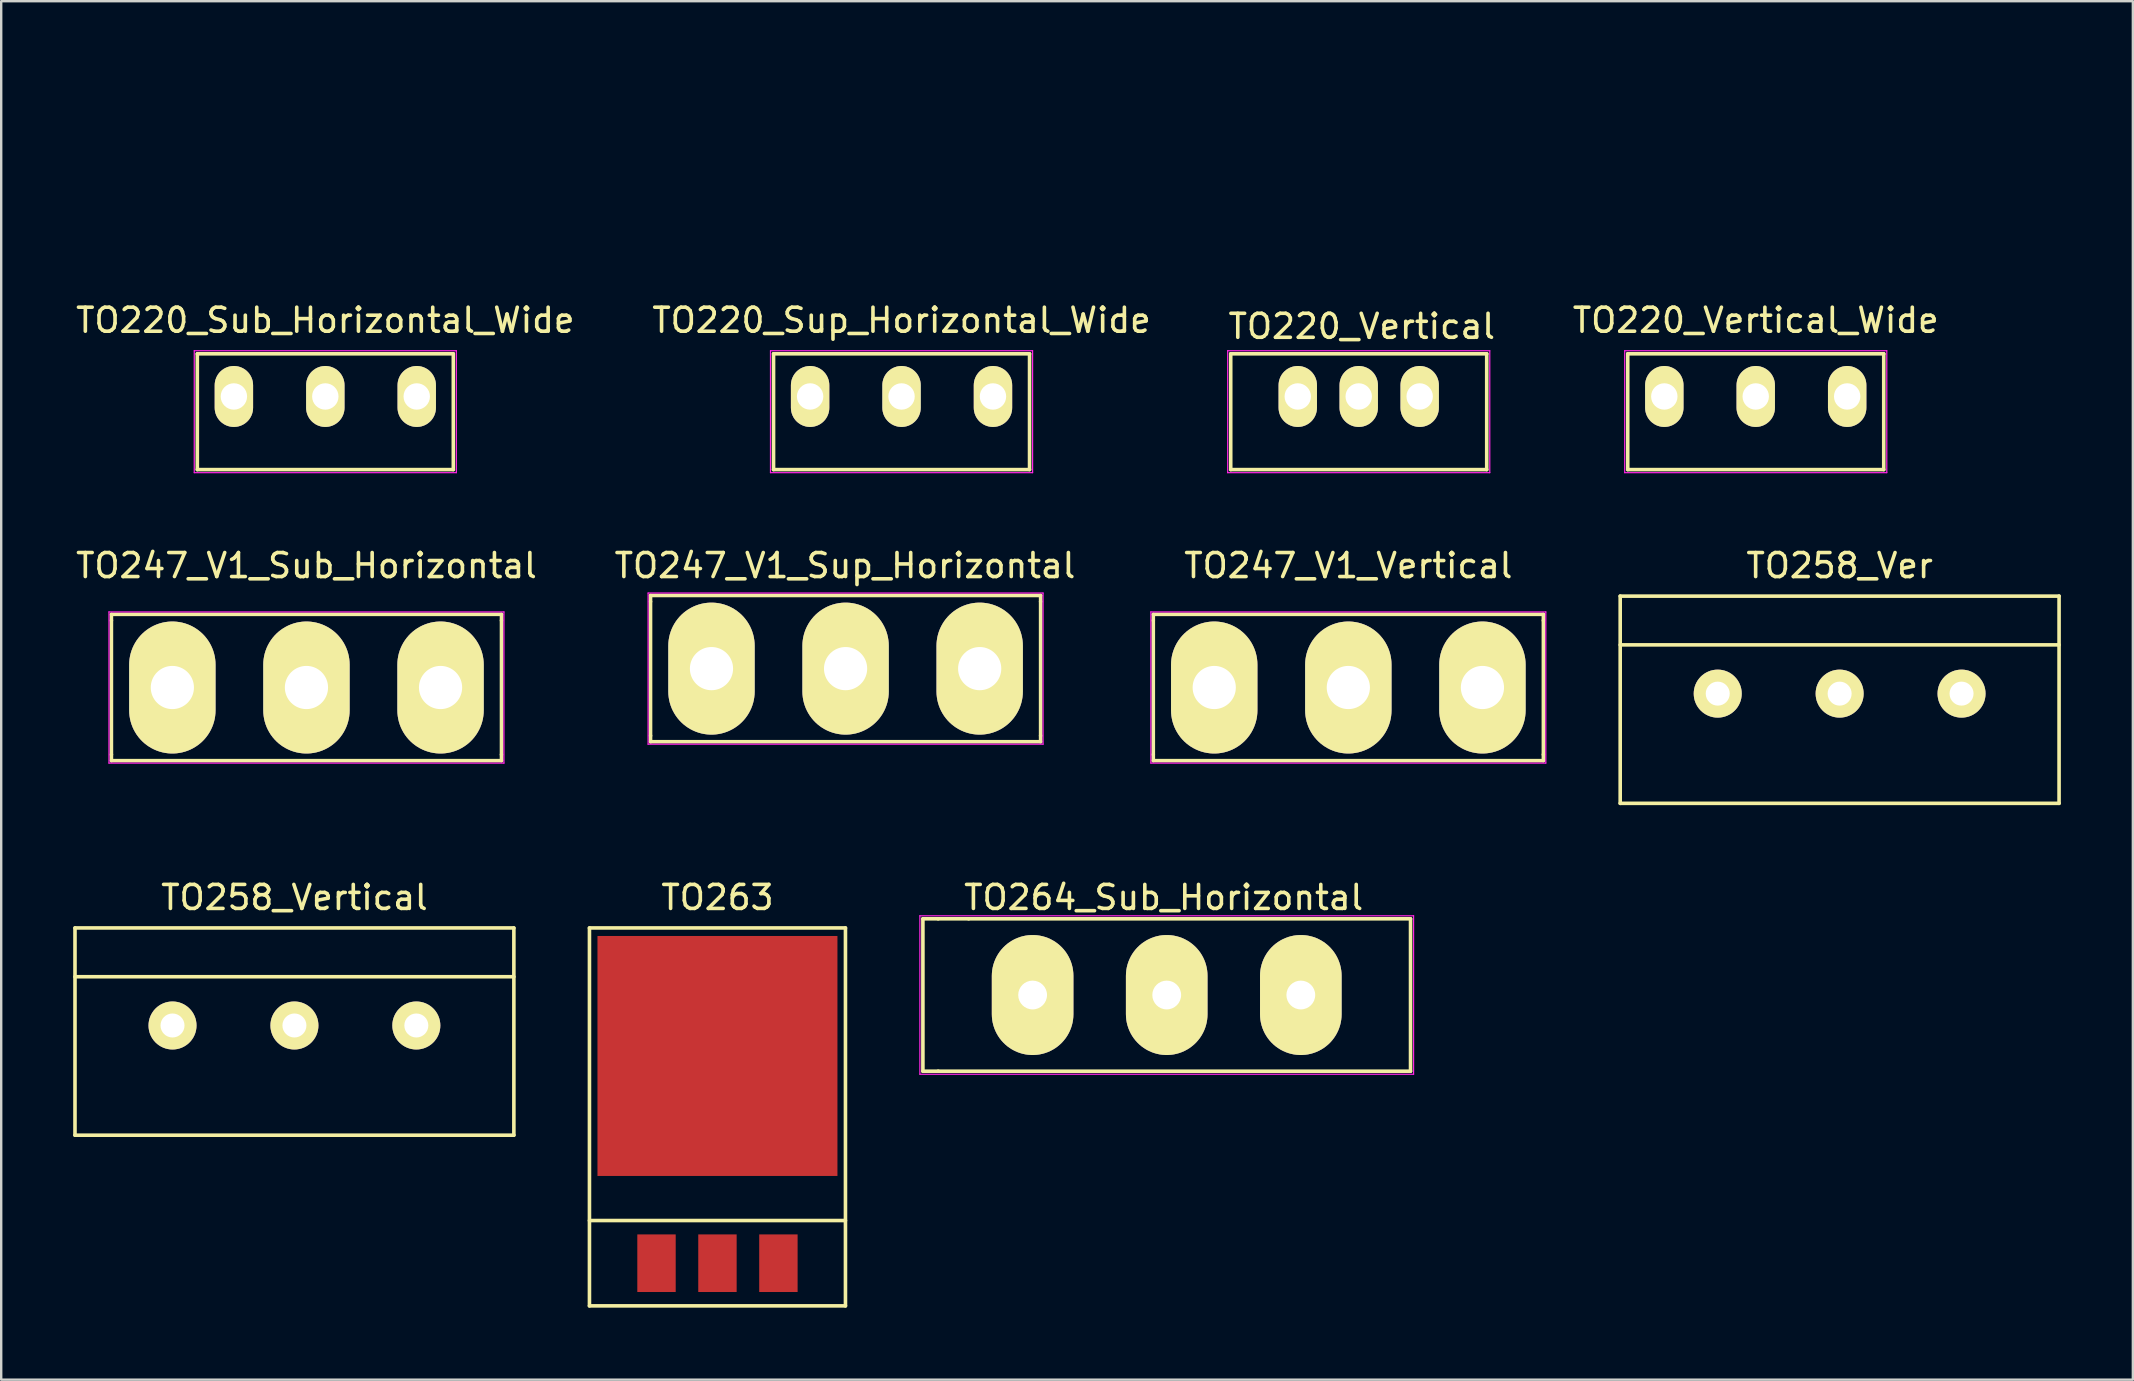
<source format=kicad_pcb>
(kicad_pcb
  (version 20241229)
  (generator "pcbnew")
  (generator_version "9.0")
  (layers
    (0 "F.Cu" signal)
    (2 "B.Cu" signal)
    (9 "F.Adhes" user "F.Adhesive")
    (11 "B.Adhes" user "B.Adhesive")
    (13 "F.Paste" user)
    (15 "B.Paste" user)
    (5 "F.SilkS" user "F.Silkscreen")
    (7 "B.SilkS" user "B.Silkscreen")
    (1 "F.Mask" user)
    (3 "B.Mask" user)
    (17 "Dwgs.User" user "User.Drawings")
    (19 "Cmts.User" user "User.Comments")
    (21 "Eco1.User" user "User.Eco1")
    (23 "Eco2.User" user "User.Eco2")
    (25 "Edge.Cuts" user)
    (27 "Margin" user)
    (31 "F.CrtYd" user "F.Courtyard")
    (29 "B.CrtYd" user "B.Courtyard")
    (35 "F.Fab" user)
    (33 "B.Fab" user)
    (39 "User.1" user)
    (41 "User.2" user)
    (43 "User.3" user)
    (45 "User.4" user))
  (footprint "TO264_Sub_Horizontal"
    (layer "F.Cu")
    (at 39.98 38.413)
    (property "Reference" "TO264_Sub_Horizontal" (at 5.461 -4.064 0) (layer "F.SilkS") (effects (font (size 1 1) (thickness 0.15))))
    (attr through_hole)
    (fp_line (start -4.572 -3.175) (end -4.572 3.175) (stroke (width 0.15) (type solid)) (layer "F.SilkS"))
    (fp_line (start -4.572 3.175) (end -3.937 3.175) (stroke (width 0.15) (type solid)) (layer "F.SilkS"))
    (fp_line (start -3.937 -3.175) (end -4.572 -3.175) (stroke (width 0.15) (type solid)) (layer "F.SilkS"))
    (fp_line (start -3.937 3.175) (end 15.748 3.175) (stroke (width 0.15) (type solid)) (layer "F.SilkS"))
    (fp_line (start -2.667 -3.175) (end -3.937 -3.175) (stroke (width 0.15) (type solid)) (layer "F.SilkS"))
    (fp_line (start 15.748 -3.175) (end -2.667 -3.175) (stroke (width 0.15) (type solid)) (layer "F.SilkS"))
    (fp_line (start 15.748 3.175) (end 15.748 -3.175) (stroke (width 0.15) (type solid)) (layer "F.SilkS"))
    (fp_line (start -4.699 -3.302) (end 15.875 -3.302) (stroke (width 0.05) (type solid)) (layer "F.CrtYd"))
    (fp_line (start -4.699 3.302) (end -4.699 -3.302) (stroke (width 0.05) (type solid)) (layer "F.CrtYd"))
    (fp_line (start 15.875 -3.302) (end 15.875 3.302) (stroke (width 0.05) (type solid)) (layer "F.CrtYd"))
    (fp_line (start 15.875 3.302) (end -4.699 3.302) (stroke (width 0.05) (type solid)) (layer "F.CrtYd"))
    (pad "1" thru_hole oval (at 0 0 90) (size 5 3.4) (drill 1.2) (layers "*.Cu" "*.Mask" "F.SilkS"))
    (pad "2" thru_hole oval (at 5.588 0 90) (size 5 3.4) (drill 1.2) (layers "*.Cu" "*.Mask" "F.SilkS"))
    (pad "3" thru_hole oval (at 11.176 0 90) (size 5 3.4) (drill 1.2) (layers "*.Cu" "*.Mask" "F.SilkS")))
  (footprint "TO220_Sub_Horizontal_Wide"
    (layer "F.Cu")
    (at 6.696 13.471)
    (property "Reference" "TO220_Sub_Horizontal_Wide" (at 3.81 -3.175 0) (layer "F.SilkS") (effects (font (size 1 1) (thickness 0.15))))
    (attr through_hole)
    (fp_line (start -1.524 -1.778) (end -1.524 3.048) (stroke (width 0.15) (type solid)) (layer "F.SilkS"))
    (fp_line (start -1.524 -1.778) (end 9.144 -1.778) (stroke (width 0.15) (type solid)) (layer "F.SilkS"))
    (fp_line (start -1.524 3.048) (end 9.144 3.048) (stroke (width 0.15) (type solid)) (layer "F.SilkS"))
    (fp_line (start 9.144 -1.778) (end 9.144 3.048) (stroke (width 0.15) (type solid)) (layer "F.SilkS"))
    (fp_line (start -1.651 -1.905) (end 9.271 -1.905) (stroke (width 0.05) (type solid)) (layer "F.CrtYd"))
    (fp_line (start -1.651 3.175) (end -1.651 -1.905) (stroke (width 0.05) (type solid)) (layer "F.CrtYd"))
    (fp_line (start 9.271 -1.905) (end 9.271 3.175) (stroke (width 0.05) (type solid)) (layer "F.CrtYd"))
    (fp_line (start 9.271 3.175) (end -1.651 3.175) (stroke (width 0.05) (type solid)) (layer "F.CrtYd"))
    (fp_text user "" (at 0 -4.572 0) (layer "F.SilkS") (effects (font (size 1 1) (thickness 0.15))))
    (fp_text user "" (at 2.54 -13.208 0) (layer "F.SilkS") (effects (font (size 1 1) (thickness 0.15))))
    (fp_text user "" (at 2.54 -4.572 0) (layer "F.SilkS") (effects (font (size 1 1) (thickness 0.15))))
    (fp_text user "" (at 5.08 -4.572 0) (layer "F.SilkS") (effects (font (size 1 1) (thickness 0.15))))
    (pad "1" thru_hole oval (at 0 0 90) (size 2.54 1.6) (drill 1.1) (layers "*.Cu" "*.Mask" "F.SilkS"))
    (pad "2" thru_hole oval (at 3.81 0 90) (size 2.54 1.6) (drill 1.1) (layers "*.Cu" "*.Mask" "F.SilkS"))
    (pad "3" thru_hole oval (at 7.62 0 90) (size 2.54 1.6) (drill 1.1) (layers "*.Cu" "*.Mask" "F.SilkS")))
  (footprint "TO258_Vertical"
    (layer "F.Cu")
    (at 9.219 39.683)
    (property "Reference" "TO258_Vertical" (at 0 -5.334 0) (layer "F.SilkS") (effects (font (size 1 1) (thickness 0.15))))
    (attr through_hole)
    (fp_line (start -9.144 -4.064) (end 9.144 -4.064) (stroke (width 0.15) (type solid)) (layer "F.SilkS"))
    (fp_line (start -9.144 -2.032) (end 9.144 -2.032) (stroke (width 0.15) (type solid)) (layer "F.SilkS"))
    (fp_line (start -9.144 4.572) (end -9.144 -4.064) (stroke (width 0.15) (type solid)) (layer "F.SilkS"))
    (fp_line (start 9.144 -4.064) (end 9.144 4.572) (stroke (width 0.15) (type solid)) (layer "F.SilkS"))
    (fp_line (start 9.144 4.572) (end -9.144 4.572) (stroke (width 0.15) (type solid)) (layer "F.SilkS"))
    (pad "1" thru_hole circle (at -5.08 0) (size 2 2) (drill 1) (layers "*.Cu" "*.Mask" "F.SilkS"))
    (pad "2" thru_hole circle (at 0 0) (size 2 2) (drill 1) (layers "*.Cu" "*.Mask" "F.SilkS"))
    (pad "3" thru_hole circle (at 5.08 0) (size 2 2) (drill 1) (layers "*.Cu" "*.Mask" "F.SilkS")))
  (footprint "TO258_Ver"
    (layer "F.Cu")
    (at 73.609 25.854)
    (property "Reference" "TO258_Ver" (at 0 -5.334 0) (layer "F.SilkS") (effects (font (size 1 1) (thickness 0.15))))
    (attr through_hole)
    (fp_line (start -9.144 -4.064) (end 9.144 -4.064) (stroke (width 0.15) (type solid)) (layer "F.SilkS"))
    (fp_line (start -9.144 -2.032) (end 9.144 -2.032) (stroke (width 0.15) (type solid)) (layer "F.SilkS"))
    (fp_line (start -9.144 4.572) (end -9.144 -4.064) (stroke (width 0.15) (type solid)) (layer "F.SilkS"))
    (fp_line (start 9.144 -4.064) (end 9.144 4.572) (stroke (width 0.15) (type solid)) (layer "F.SilkS"))
    (fp_line (start 9.144 4.572) (end -9.144 4.572) (stroke (width 0.15) (type solid)) (layer "F.SilkS"))
    (pad "1" thru_hole circle (at -5.08 0) (size 2 2) (drill 1) (layers "*.Cu" "*.Mask" "F.SilkS"))
    (pad "2" thru_hole circle (at 0 0) (size 2 2) (drill 1) (layers "*.Cu" "*.Mask" "F.SilkS"))
    (pad "3" thru_hole circle (at 5.08 0) (size 2 2) (drill 1) (layers "*.Cu" "*.Mask" "F.SilkS")))
  (footprint "TO247_V1_Sub_Horizontal"
    (layer "F.Cu")
    (at 4.132 25.599)
    (property "Reference" "TO247_V1_Sub_Horizontal" (at 5.588 -5.08 0) (layer "F.SilkS") (effects (font (size 1 1) (thickness 0.15))))
    (attr through_hole)
    (fp_line (start -2.54 -3.048) (end 13.716 -3.048) (stroke (width 0.15) (type solid)) (layer "F.SilkS"))
    (fp_line (start -2.54 -2.794) (end -2.54 -3.048) (stroke (width 0.15) (type solid)) (layer "F.SilkS"))
    (fp_line (start -2.54 -2.794) (end -2.54 2.794) (stroke (width 0.15) (type solid)) (layer "F.SilkS"))
    (fp_line (start -2.54 2.794) (end -2.54 3.048) (stroke (width 0.15) (type solid)) (layer "F.SilkS"))
    (fp_line (start -2.54 3.048) (end 13.716 3.048) (stroke (width 0.15) (type solid)) (layer "F.SilkS"))
    (fp_line (start 13.716 -3.048) (end 13.716 -2.794) (stroke (width 0.15) (type solid)) (layer "F.SilkS"))
    (fp_line (start 13.716 2.794) (end 13.716 -2.794) (stroke (width 0.15) (type solid)) (layer "F.SilkS"))
    (fp_line (start 13.716 3.048) (end 13.716 2.794) (stroke (width 0.15) (type solid)) (layer "F.SilkS"))
    (fp_line (start -2.642 -3.15) (end 13.818 -3.15) (stroke (width 0.05) (type solid)) (layer "F.CrtYd"))
    (fp_line (start -2.642 3.15) (end -2.642 -3.15) (stroke (width 0.05) (type solid)) (layer "F.CrtYd"))
    (fp_line (start 13.818 -3.15) (end 13.818 3.15) (stroke (width 0.05) (type solid)) (layer "F.CrtYd"))
    (fp_line (start 13.818 3.15) (end -2.642 3.15) (stroke (width 0.05) (type solid)) (layer "F.CrtYd"))
    (pad "1" thru_hole oval (at 0 0 90) (size 5.5 3.6) (drill 1.8) (layers "*.Cu" "*.Mask" "F.SilkS"))
    (pad "2" thru_hole oval (at 5.588 0 90) (size 5.5 3.6) (drill 1.8) (layers "*.Cu" "*.Mask" "F.SilkS"))
    (pad "3" thru_hole oval (at 11.176 0 90) (size 5.5 3.6) (drill 1.8) (layers "*.Cu" "*.Mask" "F.SilkS")))
  (footprint "TO247_V1_Sup_Horizontal"
    (layer "F.Cu")
    (at 26.598 24.812)
    (property "Reference" "TO247_V1_Sup_Horizontal" (at 5.563 -4.293 0) (layer "F.SilkS") (effects (font (size 1 1) (thickness 0.15))))
    (attr through_hole)
    (fp_line (start -2.54 -3.048) (end 13.716 -3.048) (stroke (width 0.15) (type solid)) (layer "F.SilkS"))
    (fp_line (start -2.54 -2.794) (end -2.54 -3.048) (stroke (width 0.15) (type solid)) (layer "F.SilkS"))
    (fp_line (start -2.54 -2.794) (end -2.54 2.794) (stroke (width 0.15) (type solid)) (layer "F.SilkS"))
    (fp_line (start -2.54 2.794) (end -2.54 3.048) (stroke (width 0.15) (type solid)) (layer "F.SilkS"))
    (fp_line (start -2.54 3.048) (end 13.716 3.048) (stroke (width 0.15) (type solid)) (layer "F.SilkS"))
    (fp_line (start 13.716 -3.048) (end 13.716 -2.794) (stroke (width 0.15) (type solid)) (layer "F.SilkS"))
    (fp_line (start 13.716 2.794) (end 13.716 -2.794) (stroke (width 0.15) (type solid)) (layer "F.SilkS"))
    (fp_line (start 13.716 3.048) (end 13.716 2.794) (stroke (width 0.15) (type solid)) (layer "F.SilkS"))
    (fp_line (start -2.642 -3.15) (end 13.818 -3.15) (stroke (width 0.05) (type solid)) (layer "F.CrtYd"))
    (fp_line (start -2.642 3.15) (end -2.642 -3.15) (stroke (width 0.05) (type solid)) (layer "F.CrtYd"))
    (fp_line (start 13.818 -3.15) (end 13.818 3.15) (stroke (width 0.05) (type solid)) (layer "F.CrtYd"))
    (fp_line (start 13.818 3.15) (end -2.642 3.15) (stroke (width 0.05) (type solid)) (layer "F.CrtYd"))
    (pad "1" thru_hole oval (at 0 0) (size 3.6 5.5) (drill 1.8) (layers "*.Cu" "*.Mask" "F.SilkS"))
    (pad "2" thru_hole oval (at 5.588 0 90) (size 5.5 3.6) (drill 1.8) (layers "*.Cu" "*.Mask" "F.SilkS"))
    (pad "3" thru_hole oval (at 11.176 0 90) (size 5.5 3.6) (drill 1.8) (layers "*.Cu" "*.Mask" "F.SilkS")))
  (footprint "TO263"
    (layer "F.Cu")
    (at 26.847 49.589)
    (property "Reference" "TO263" (at 0 -15.24 0) (layer "F.SilkS") (effects (font (size 1 1) (thickness 0.15))))
    (attr through_hole)
    (fp_line (start -5.334 -13.97) (end -5.334 1.778) (stroke (width 0.15) (type solid)) (layer "F.SilkS"))
    (fp_line (start -5.334 -1.778) (end 5.334 -1.778) (stroke (width 0.15) (type solid)) (layer "F.SilkS"))
    (fp_line (start -5.334 1.778) (end 5.334 1.778) (stroke (width 0.15) (type solid)) (layer "F.SilkS"))
    (fp_line (start 5.334 -13.97) (end -5.334 -13.97) (stroke (width 0.15) (type solid)) (layer "F.SilkS"))
    (fp_line (start 5.334 1.778) (end 5.334 -13.97) (stroke (width 0.15) (type solid)) (layer "F.SilkS"))
    (pad "" connect rect (at 0 -8.636) (size 10 10) (layers "F.Cu" "F.Mask"))
    (pad "1" smd rect (at -2.54 0) (size 1.6 2.4) (layers "F.Cu" "F.Mask" "F.Paste"))
    (pad "2" smd rect (at 0 0) (size 1.6 2.4) (layers "F.Cu" "F.Mask" "F.Paste"))
    (pad "3" smd rect (at 2.54 0) (size 1.6 2.4) (layers "F.Cu" "F.Mask" "F.Paste")))
  (footprint "TO220_Sup_Horizontal_Wide"
    (layer "F.Cu")
    (at 30.708 13.471)
    (property "Reference" "TO220_Sup_Horizontal_Wide" (at 3.81 -3.175 0) (layer "F.SilkS") (effects (font (size 1 1) (thickness 0.15))))
    (attr through_hole)
    (fp_line (start -1.524 -1.778) (end -1.524 3.048) (stroke (width 0.15) (type solid)) (layer "F.SilkS"))
    (fp_line (start -1.524 -1.778) (end 9.144 -1.778) (stroke (width 0.15) (type solid)) (layer "F.SilkS"))
    (fp_line (start -1.524 3.048) (end 9.144 3.048) (stroke (width 0.15) (type solid)) (layer "F.SilkS"))
    (fp_line (start 9.144 -1.778) (end 9.144 3.048) (stroke (width 0.15) (type solid)) (layer "F.SilkS"))
    (fp_line (start -1.651 -1.905) (end 9.271 -1.905) (stroke (width 0.05) (type solid)) (layer "F.CrtYd"))
    (fp_line (start -1.651 3.175) (end -1.651 -1.905) (stroke (width 0.05) (type solid)) (layer "F.CrtYd"))
    (fp_line (start 9.271 -1.905) (end 9.271 3.175) (stroke (width 0.05) (type solid)) (layer "F.CrtYd"))
    (fp_line (start 9.271 3.175) (end -1.651 3.175) (stroke (width 0.05) (type solid)) (layer "F.CrtYd"))
    (fp_text user "" (at 2.54 -4.572 0) (layer "F.SilkS") (effects (font (size 1 1) (thickness 0.15))))
    (fp_text user "" (at 5.08 -4.572 0) (layer "F.SilkS") (effects (font (size 1 1) (thickness 0.15))))
    (fp_text user "" (at 0 -4.572 0) (layer "F.SilkS") (effects (font (size 1 1) (thickness 0.15))))
    (fp_text user "" (at 2.54 -13.208 0) (layer "F.SilkS") (effects (font (size 1 1) (thickness 0.15))))
    (pad "1" thru_hole oval (at 0 0 90) (size 2.54 1.6) (drill 1.1) (layers "*.Cu" "*.Mask" "F.SilkS"))
    (pad "2" thru_hole oval (at 3.81 0 90) (size 2.54 1.6) (drill 1.1) (layers "*.Cu" "*.Mask" "F.SilkS"))
    (pad "3" thru_hole oval (at 7.62 0 90) (size 2.54 1.6) (drill 1.1) (layers "*.Cu" "*.Mask" "F.SilkS")))
  (footprint "TO220_Vertical"
    (layer "F.Cu")
    (at 51.029 13.471)
    (property "Reference" "TO220_Vertical" (at 2.667 -2.921 0) (layer "F.SilkS") (effects (font (size 1 1) (thickness 0.15))))
    (attr through_hole)
    (fp_line (start -2.794 -1.778) (end -2.794 3.048) (stroke (width 0.15) (type solid)) (layer "F.SilkS"))
    (fp_line (start -2.794 -1.778) (end 7.874 -1.778) (stroke (width 0.15) (type solid)) (layer "F.SilkS"))
    (fp_line (start -2.794 3.048) (end 7.874 3.048) (stroke (width 0.15) (type solid)) (layer "F.SilkS"))
    (fp_line (start 7.874 -1.778) (end 7.874 3.048) (stroke (width 0.15) (type solid)) (layer "F.SilkS"))
    (fp_line (start -2.921 -1.905) (end 8.001 -1.905) (stroke (width 0.05) (type solid)) (layer "F.CrtYd"))
    (fp_line (start -2.921 3.175) (end -2.921 -1.905) (stroke (width 0.05) (type solid)) (layer "F.CrtYd"))
    (fp_line (start 8.001 -1.905) (end 8.001 3.175) (stroke (width 0.05) (type solid)) (layer "F.CrtYd"))
    (fp_line (start 8.001 3.175) (end -2.921 3.175) (stroke (width 0.05) (type solid)) (layer "F.CrtYd"))
    (fp_text user "" (at 5.08 -4.572 0) (layer "F.SilkS") (effects (font (size 1 1) (thickness 0.15))))
    (fp_text user "" (at 2.54 -13.208 0) (layer "F.SilkS") (effects (font (size 1 1) (thickness 0.15))))
    (fp_text user "" (at 0 -4.572 0) (layer "F.SilkS") (effects (font (size 1 1) (thickness 0.15))))
    (fp_text user "" (at 2.54 -4.572 0) (layer "F.SilkS") (effects (font (size 1 1) (thickness 0.15))))
    (pad "1" thru_hole oval (at 0 0 90) (size 2.54 1.6) (drill 1.1) (layers "*.Cu" "*.Mask" "F.SilkS"))
    (pad "2" thru_hole oval (at 2.54 0 90) (size 2.54 1.6) (drill 1.1) (layers "*.Cu" "*.Mask" "F.SilkS"))
    (pad "3" thru_hole oval (at 5.08 0 90) (size 2.54 1.6) (drill 1.1) (layers "*.Cu" "*.Mask" "F.SilkS")))
  (footprint "TO247_V1_Vertical"
    (layer "F.Cu")
    (at 47.548 25.599)
    (property "Reference" "TO247_V1_Vertical" (at 5.588 -5.08 0) (layer "F.SilkS") (effects (font (size 1 1) (thickness 0.15))))
    (attr through_hole)
    (fp_line (start -2.54 -3.048) (end 13.716 -3.048) (stroke (width 0.15) (type solid)) (layer "F.SilkS"))
    (fp_line (start -2.54 -2.794) (end -2.54 -3.048) (stroke (width 0.15) (type solid)) (layer "F.SilkS"))
    (fp_line (start -2.54 -2.794) (end -2.54 2.794) (stroke (width 0.15) (type solid)) (layer "F.SilkS"))
    (fp_line (start -2.54 2.794) (end -2.54 3.048) (stroke (width 0.15) (type solid)) (layer "F.SilkS"))
    (fp_line (start -2.54 3.048) (end 13.716 3.048) (stroke (width 0.15) (type solid)) (layer "F.SilkS"))
    (fp_line (start 13.716 -3.048) (end 13.716 -2.794) (stroke (width 0.15) (type solid)) (layer "F.SilkS"))
    (fp_line (start 13.716 2.794) (end 13.716 -2.794) (stroke (width 0.15) (type solid)) (layer "F.SilkS"))
    (fp_line (start 13.716 3.048) (end 13.716 2.794) (stroke (width 0.15) (type solid)) (layer "F.SilkS"))
    (fp_line (start -2.642 -3.15) (end 13.818 -3.15) (stroke (width 0.05) (type solid)) (layer "F.CrtYd"))
    (fp_line (start -2.642 3.15) (end -2.642 -3.15) (stroke (width 0.05) (type solid)) (layer "F.CrtYd"))
    (fp_line (start 13.818 -3.15) (end 13.818 3.15) (stroke (width 0.05) (type solid)) (layer "F.CrtYd"))
    (fp_line (start 13.818 3.15) (end -2.642 3.15) (stroke (width 0.05) (type solid)) (layer "F.CrtYd"))
    (pad "1" thru_hole oval (at 0 0 90) (size 5.5 3.6) (drill 1.8) (layers "*.Cu" "*.Mask" "F.SilkS"))
    (pad "2" thru_hole oval (at 5.588 0 90) (size 5.5 3.6) (drill 1.8) (layers "*.Cu" "*.Mask" "F.SilkS"))
    (pad "3" thru_hole oval (at 11.176 0 90) (size 5.5 3.6) (drill 1.8) (layers "*.Cu" "*.Mask" "F.SilkS")))
  (footprint "TO220_Vertical_Wide"
    (layer "F.Cu")
    (at 66.303 13.471)
    (property "Reference" "TO220_Vertical_Wide" (at 3.81 -3.175 0) (layer "F.SilkS") (effects (font (size 1 1) (thickness 0.15))))
    (attr through_hole)
    (fp_line (start -1.524 -1.778) (end -1.524 3.048) (stroke (width 0.15) (type solid)) (layer "F.SilkS"))
    (fp_line (start -1.524 -1.778) (end 9.144 -1.778) (stroke (width 0.15) (type solid)) (layer "F.SilkS"))
    (fp_line (start -1.524 3.048) (end 9.144 3.048) (stroke (width 0.15) (type solid)) (layer "F.SilkS"))
    (fp_line (start 9.144 -1.778) (end 9.144 3.048) (stroke (width 0.15) (type solid)) (layer "F.SilkS"))
    (fp_line (start -1.651 -1.905) (end 9.271 -1.905) (stroke (width 0.05) (type solid)) (layer "F.CrtYd"))
    (fp_line (start -1.651 3.175) (end -1.651 -1.905) (stroke (width 0.05) (type solid)) (layer "F.CrtYd"))
    (fp_line (start 9.271 -1.905) (end 9.271 3.175) (stroke (width 0.05) (type solid)) (layer "F.CrtYd"))
    (fp_line (start 9.271 3.175) (end -1.651 3.175) (stroke (width 0.05) (type solid)) (layer "F.CrtYd"))
    (fp_text user "" (at 0 -4.572 0) (layer "F.SilkS") (effects (font (size 1 1) (thickness 0.15))))
    (fp_text user "" (at 5.08 -4.572 0) (layer "F.SilkS") (effects (font (size 1 1) (thickness 0.15))))
    (fp_text user "" (at 2.54 -4.572 0) (layer "F.SilkS") (effects (font (size 1 1) (thickness 0.15))))
    (fp_text user "" (at 2.54 -13.208 0) (layer "F.SilkS") (effects (font (size 1 1) (thickness 0.15))))
    (pad "1" thru_hole oval (at 0 0 90) (size 2.54 1.6) (drill 1.1) (layers "*.Cu" "*.Mask" "F.SilkS"))
    (pad "2" thru_hole oval (at 3.81 0 90) (size 2.54 1.6) (drill 1.1) (layers "*.Cu" "*.Mask" "F.SilkS"))
    (pad "3" thru_hole oval (at 7.62 0 90) (size 2.54 1.6) (drill 1.1) (layers "*.Cu" "*.Mask" "F.SilkS")))
  (gr_rect
    (start -3 -3)
    (end 85.828 54.442)
    (stroke (width 0.1) (type default))
    (fill no)
    (layer "Edge.Cuts")))
</source>
